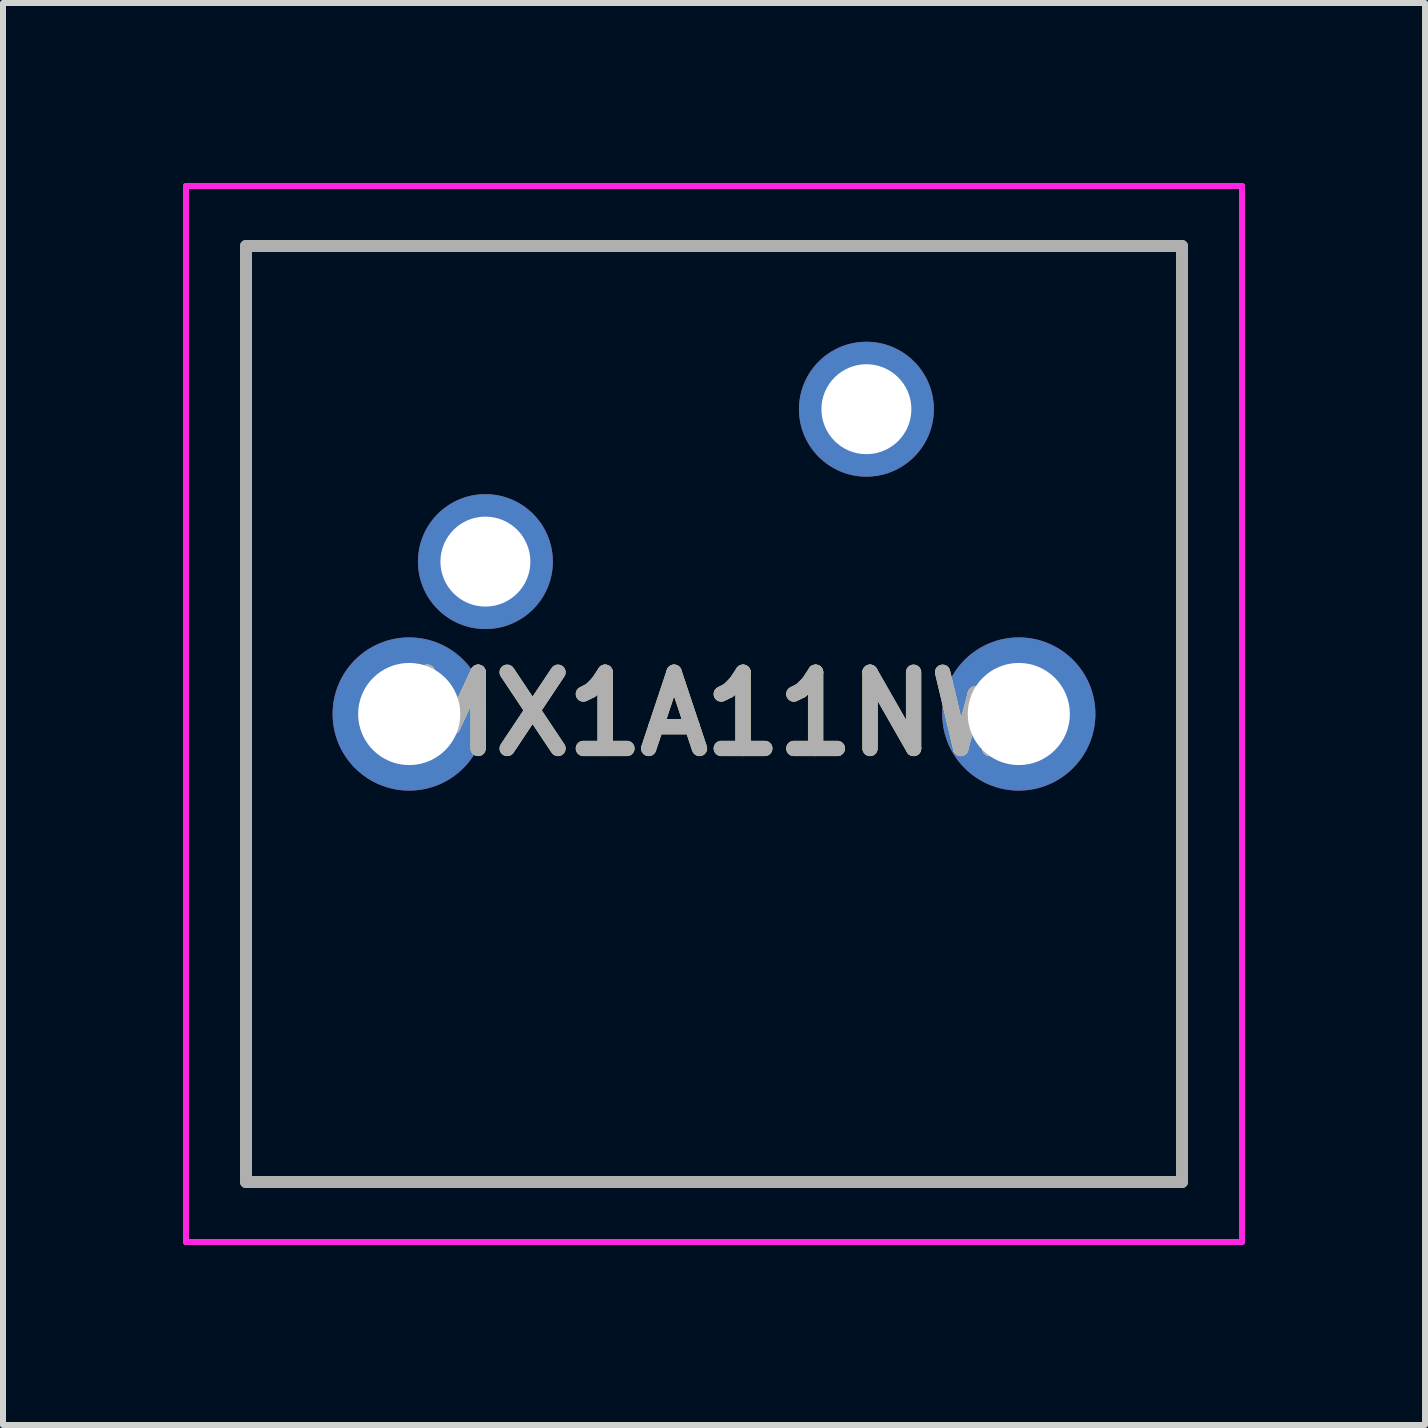
<source format=kicad_pcb>
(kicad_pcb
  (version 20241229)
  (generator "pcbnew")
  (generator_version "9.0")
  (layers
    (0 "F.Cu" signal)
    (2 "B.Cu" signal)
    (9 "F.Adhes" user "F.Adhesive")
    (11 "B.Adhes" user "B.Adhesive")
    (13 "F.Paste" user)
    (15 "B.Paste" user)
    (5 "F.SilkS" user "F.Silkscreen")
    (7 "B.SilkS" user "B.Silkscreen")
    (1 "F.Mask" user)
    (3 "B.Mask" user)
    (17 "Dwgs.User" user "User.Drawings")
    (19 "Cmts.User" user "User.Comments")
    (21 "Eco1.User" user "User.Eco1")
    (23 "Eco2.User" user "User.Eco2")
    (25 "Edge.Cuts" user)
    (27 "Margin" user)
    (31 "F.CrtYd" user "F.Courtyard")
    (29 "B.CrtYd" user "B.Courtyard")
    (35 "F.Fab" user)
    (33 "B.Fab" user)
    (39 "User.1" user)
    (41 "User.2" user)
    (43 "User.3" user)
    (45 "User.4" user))
  (footprint "MX1A11NW"
    (layer "F.Cu")
    (at 5.04 6.31)
    (property "Reference" "MX1A11NW" (at 3.81 2.54 0) (layer "F.SilkS") (effects (font (size 1.27 1.27) (thickness 0.254))))
    (attr through_hole)
    (fp_line (start -3.99 -5.26) (end 11.61 -5.26) (stroke (width 0.1) (type solid)) (layer "F.SilkS"))
    (fp_line (start -3.99 10.34) (end -3.99 -5.26) (stroke (width 0.1) (type solid)) (layer "F.SilkS"))
    (fp_line (start 11.61 -5.26) (end 11.61 10.34) (stroke (width 0.1) (type solid)) (layer "F.SilkS"))
    (fp_line (start 11.61 10.34) (end -3.99 10.34) (stroke (width 0.1) (type solid)) (layer "F.SilkS"))
    (fp_line (start -4.99 -6.26) (end 12.61 -6.26) (stroke (width 0.1) (type solid)) (layer "F.CrtYd"))
    (fp_line (start -4.99 11.34) (end -4.99 -6.26) (stroke (width 0.1) (type solid)) (layer "F.CrtYd"))
    (fp_line (start 12.61 -6.26) (end 12.61 11.34) (stroke (width 0.1) (type solid)) (layer "F.CrtYd"))
    (fp_line (start 12.61 11.34) (end -4.99 11.34) (stroke (width 0.1) (type solid)) (layer "F.CrtYd"))
    (fp_line (start -3.99 -5.26) (end 11.61 -5.26) (stroke (width 0.2) (type solid)) (layer "F.Fab"))
    (fp_line (start -3.99 10.34) (end -3.99 -5.26) (stroke (width 0.2) (type solid)) (layer "F.Fab"))
    (fp_line (start 11.61 -5.26) (end 11.61 10.34) (stroke (width 0.2) (type solid)) (layer "F.Fab"))
    (fp_line (start 11.61 10.34) (end -3.99 10.34) (stroke (width 0.2) (type solid)) (layer "F.Fab"))
    (fp_text user "${REFERENCE}" (at 3.81 2.54 0) (layer "F.Fab") (effects (font (size 1.27 1.27) (thickness 0.254))))
    (pad "" np_thru_hole circle (at 3.81 2.54) (size 0.001 0.001) (drill 3.988) (layers "*.Cu" "*.Mask"))
    (pad "1" thru_hole circle (at 0 0) (size 2.248 2.248) (drill 1.499) (layers "*.Cu" "*.Mask"))
    (pad "2" thru_hole circle (at 6.35 -2.54) (size 2.248 2.248) (drill 1.499) (layers "*.Cu" "*.Mask"))
    (pad "MH1" thru_hole circle (at -1.27 2.54) (size 2.553 2.553) (drill 1.702) (layers "*.Cu" "*.Mask"))
    (pad "MH2" thru_hole circle (at 8.89 2.54) (size 2.553 2.553) (drill 1.702) (layers "*.Cu" "*.Mask")))
  (gr_rect
    (start -3 -3)
    (end 20.7 20.7)
    (stroke (width 0.1) (type default))
    (fill no)
    (layer "Edge.Cuts")))
</source>
